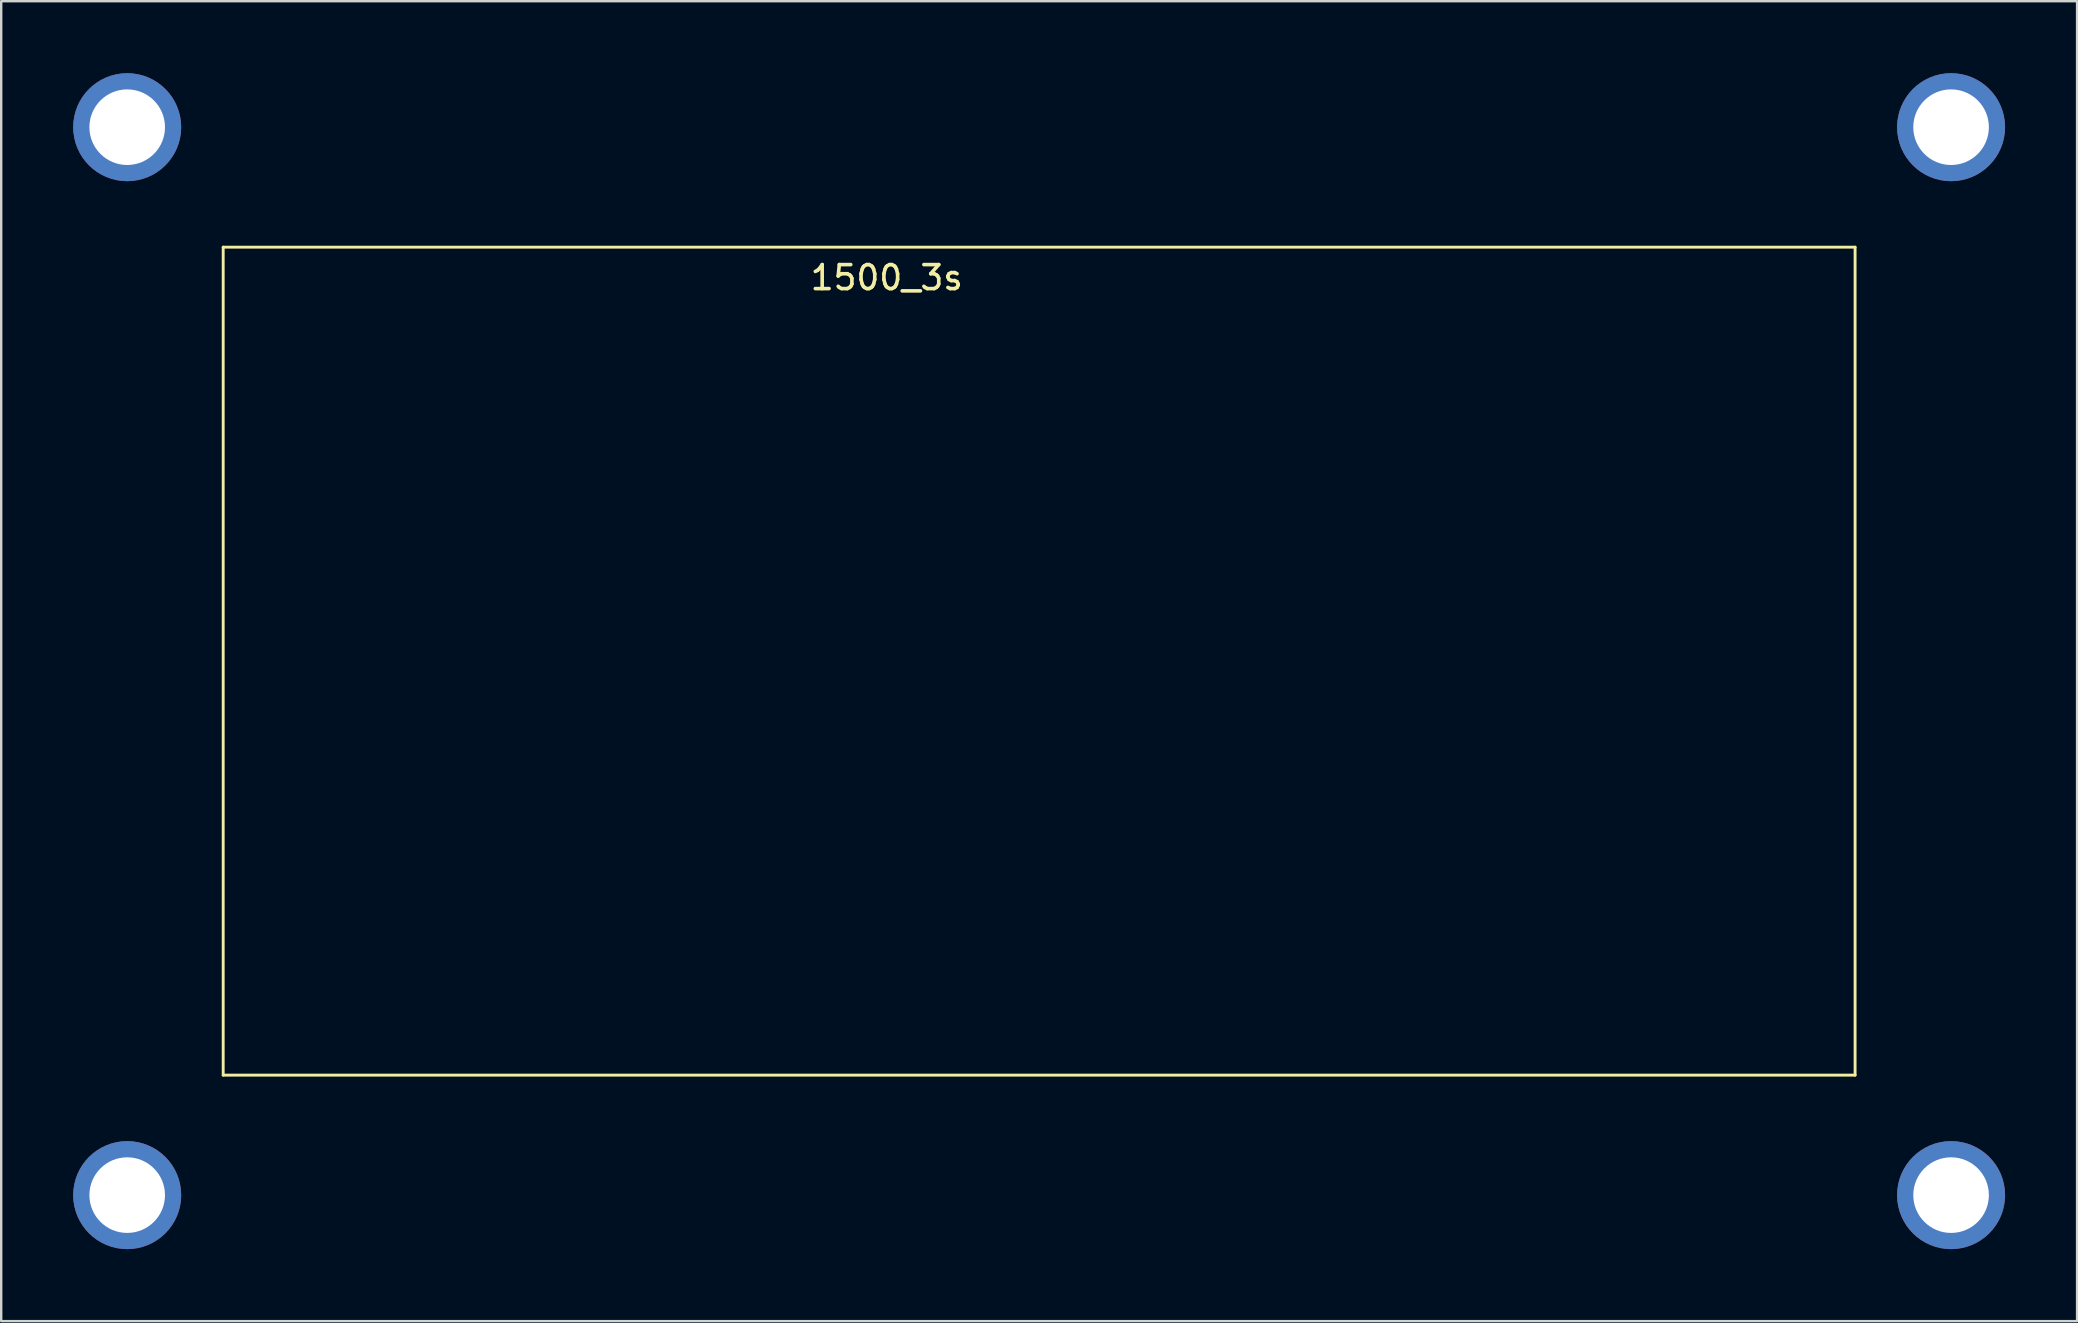
<source format=kicad_pcb>
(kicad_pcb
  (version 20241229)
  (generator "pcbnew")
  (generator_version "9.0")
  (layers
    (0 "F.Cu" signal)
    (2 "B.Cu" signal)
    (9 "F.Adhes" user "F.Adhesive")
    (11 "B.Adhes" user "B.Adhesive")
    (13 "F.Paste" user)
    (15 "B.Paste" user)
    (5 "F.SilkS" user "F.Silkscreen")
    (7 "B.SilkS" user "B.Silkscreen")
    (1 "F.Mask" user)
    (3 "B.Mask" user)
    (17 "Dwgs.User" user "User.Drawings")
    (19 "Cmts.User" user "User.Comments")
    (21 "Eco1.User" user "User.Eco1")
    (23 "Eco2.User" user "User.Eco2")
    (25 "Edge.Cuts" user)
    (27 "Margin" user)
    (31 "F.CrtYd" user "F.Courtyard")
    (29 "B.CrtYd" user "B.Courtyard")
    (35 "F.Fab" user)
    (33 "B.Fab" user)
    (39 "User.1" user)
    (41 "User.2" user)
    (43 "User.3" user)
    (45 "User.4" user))
  (footprint "1500_3s"
    (layer "F.Cu")
    (at 40.25 7.25)
    (property "Reference" "1500_3s" (at -6.35 1.27 0) (layer "F.SilkS") (effects (font (size 1 1) (thickness 0.15))))
    (attr through_hole)
    (fp_line (start -34 0) (end -34 34.5) (stroke (width 0.12) (type solid)) (layer "F.SilkS"))
    (fp_line (start -34 0) (end 34 0) (stroke (width 0.12) (type solid)) (layer "F.SilkS"))
    (fp_line (start -34 34.5) (end 34 34.5) (stroke (width 0.12) (type solid)) (layer "F.SilkS"))
    (fp_line (start 34 0) (end 34 34.5) (stroke (width 0.12) (type solid)) (layer "F.SilkS"))
    (pad "" np_thru_hole circle (at -38 -5) (size 4.5 4.5) (drill 3.15) (layers "*.Cu" "*.Mask"))
    (pad "" np_thru_hole circle (at -38 39.5) (size 4.5 4.5) (drill 3.15) (layers "*.Cu" "*.Mask"))
    (pad "" np_thru_hole circle (at 38 -5) (size 4.5 4.5) (drill 3.15) (layers "*.Cu" "*.Mask"))
    (pad "" np_thru_hole circle (at 38 39.5) (size 4.5 4.5) (drill 3.15) (layers "*.Cu" "*.Mask")))
  (gr_rect
    (start -3 -3)
    (end 83.5 52)
    (stroke (width 0.1) (type default))
    (fill no)
    (layer "Edge.Cuts")))
</source>
